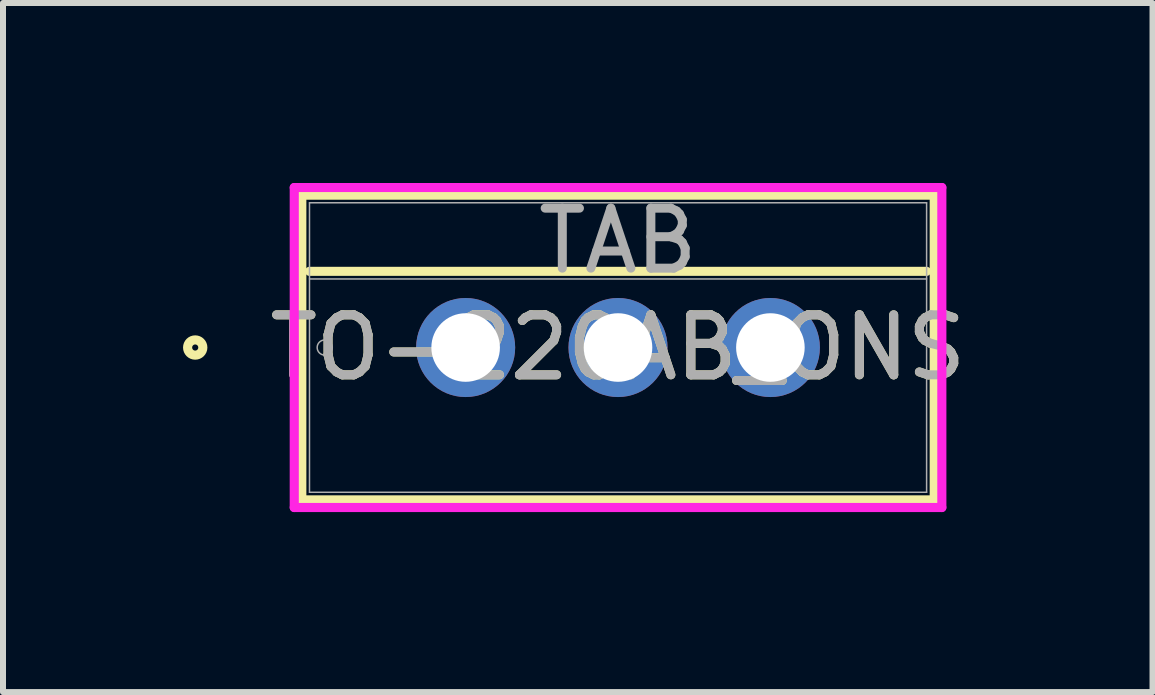
<source format=kicad_pcb>
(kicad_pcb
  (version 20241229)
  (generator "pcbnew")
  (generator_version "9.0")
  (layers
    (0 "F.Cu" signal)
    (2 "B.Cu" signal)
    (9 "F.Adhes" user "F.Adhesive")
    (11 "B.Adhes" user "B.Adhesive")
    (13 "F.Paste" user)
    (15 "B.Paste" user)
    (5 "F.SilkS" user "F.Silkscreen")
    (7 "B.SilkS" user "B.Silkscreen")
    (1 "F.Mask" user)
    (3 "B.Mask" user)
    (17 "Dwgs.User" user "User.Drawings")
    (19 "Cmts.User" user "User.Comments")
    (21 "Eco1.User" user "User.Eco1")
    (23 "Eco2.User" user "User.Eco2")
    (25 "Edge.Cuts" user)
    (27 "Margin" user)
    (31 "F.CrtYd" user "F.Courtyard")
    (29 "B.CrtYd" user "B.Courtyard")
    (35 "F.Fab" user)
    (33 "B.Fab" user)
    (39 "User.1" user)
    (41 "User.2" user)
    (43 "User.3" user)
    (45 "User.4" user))
  (footprint "TO-220AB_ONS"
    (layer "F.Cu")
    (at 4.712 2.743)
    (property "Reference" "TO-220AB_ONS" (at 2.54 0 0) (unlocked yes) (layer "F.SilkS") (effects (font (size 1 1) (thickness 0.15))))
    (attr through_hole)
    (fp_line (start -2.731 -2.54) (end -2.731 2.54) (stroke (width 0.152) (type solid)) (layer "F.SilkS"))
    (fp_line (start -2.731 2.54) (end 7.811 2.54) (stroke (width 0.152) (type solid)) (layer "F.SilkS"))
    (fp_line (start -2.603 -1.27) (end 7.684 -1.27) (stroke (width 0.152) (type solid)) (layer "F.SilkS"))
    (fp_line (start 7.811 -2.54) (end -2.731 -2.54) (stroke (width 0.152) (type solid)) (layer "F.SilkS"))
    (fp_line (start 7.811 2.54) (end 7.811 -2.54) (stroke (width 0.152) (type solid)) (layer "F.SilkS"))
    (fp_circle (center -4.508 0) (end -4.381 0) (stroke (width 0.152) (type solid)) (fill no) (layer "F.SilkS"))
    (fp_line (start -2.857 -2.667) (end -2.857 2.667) (stroke (width 0.152) (type solid)) (layer "F.CrtYd"))
    (fp_line (start -2.857 2.667) (end 7.938 2.667) (stroke (width 0.152) (type solid)) (layer "F.CrtYd"))
    (fp_line (start 7.938 -2.667) (end -2.857 -2.667) (stroke (width 0.152) (type solid)) (layer "F.CrtYd"))
    (fp_line (start 7.938 2.667) (end 7.938 -2.667) (stroke (width 0.152) (type solid)) (layer "F.CrtYd"))
    (fp_line (start -2.603 -2.413) (end -2.603 2.413) (stroke (width 0.025) (type solid)) (layer "F.Fab"))
    (fp_line (start -2.603 -1.143) (end 7.684 -1.143) (stroke (width 0.025) (type solid)) (layer "F.Fab"))
    (fp_line (start -2.603 2.413) (end 7.684 2.413) (stroke (width 0.025) (type solid)) (layer "F.Fab"))
    (fp_line (start 7.684 -2.413) (end -2.603 -2.413) (stroke (width 0.025) (type solid)) (layer "F.Fab"))
    (fp_line (start 7.684 2.413) (end 7.684 -2.413) (stroke (width 0.025) (type solid)) (layer "F.Fab"))
    (fp_circle (center -2.349 0) (end -2.223 0) (stroke (width 0.025) (type solid)) (fill no) (layer "F.Fab"))
    (fp_text user "${REFERENCE}" (at 2.54 0 0) (unlocked yes) (layer "F.Fab") (effects (font (size 1 1) (thickness 0.15))))
    (fp_text user "TAB" (at 2.54 -1.778 0) (unlocked yes) (layer "F.Fab") (effects (font (size 1 1) (thickness 0.15))))
    (pad "1" thru_hole circle (at 0 0) (size 1.651 1.651) (drill 1.143) (layers "*.Cu" "*.Mask"))
    (pad "2" thru_hole circle (at 2.54 0) (size 1.651 1.651) (drill 1.143) (layers "*.Cu" "*.Mask"))
    (pad "3" thru_hole circle (at 5.08 0) (size 1.651 1.651) (drill 1.143) (layers "*.Cu" "*.Mask")))
  (gr_rect
    (start -3 -3)
    (end 16.162 8.486)
    (stroke (width 0.1) (type default))
    (fill no)
    (layer "Edge.Cuts")))
</source>
